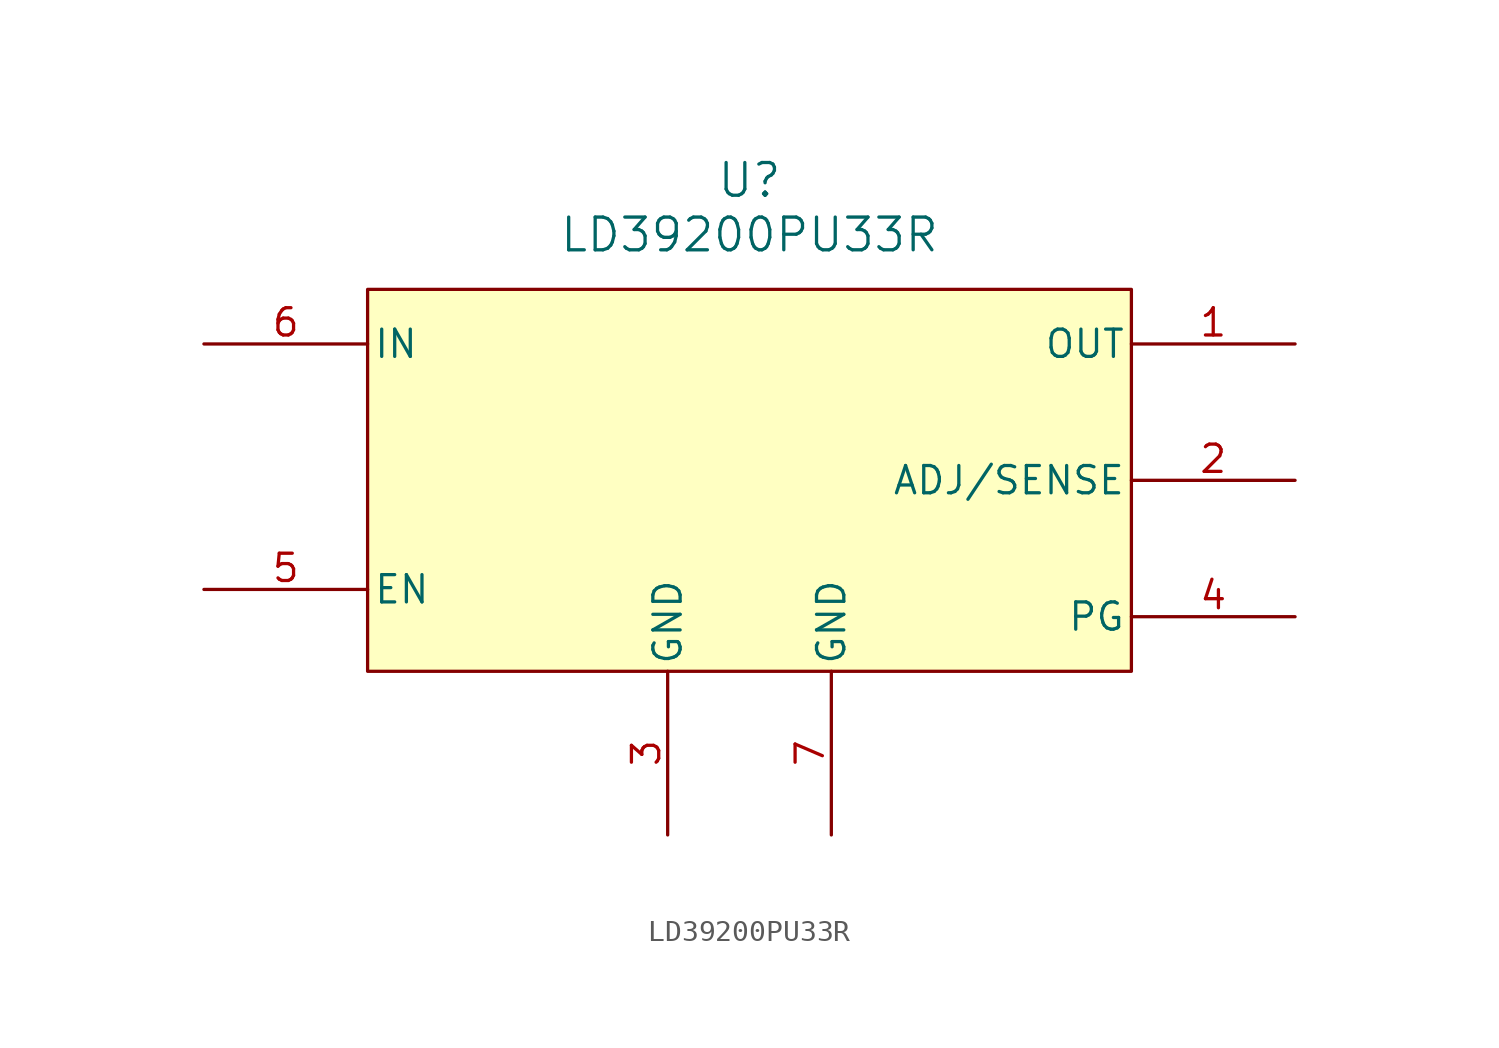
<source format=kicad_sym>
(kicad_symbol_lib
  (version 20231120)
  (generator "kicad_symbol_editor")
  (generator_version "8.0")
  (symbol "LD39200PU33R"
    (pin_names
      (offset 0.254))
    (property "Reference" "U"
      (at 25.4 10.16 0)
      (effects (font (size 1.524 1.524))))
    (property "Value" "LD39200PU33R"
      (at 25.4 7.62 0)
      (effects (font (size 1.524 1.524))))
    (property "ki_locked" ""
      (at 0 0 0)
      (effects (font (size 1.27 1.27))))
    (symbol "LD39200PU33R_0_1"
      (pin output line (at 50.8 2.54 180) (length 7.62) (name "OUT" (effects (font (size 1.27 1.27)))) (number "1" (effects (font (size 1.27 1.27)))))
      (pin power_out line (at 21.59 -20.32 90) (length 7.62) (name "GND" (effects (font (size 1.27 1.27)))) (number "3" (effects (font (size 1.27 1.27)))))
      (pin power_in line (at 0 2.54 0) (length 7.62) (name "IN" (effects (font (size 1.27 1.27)))) (number "6" (effects (font (size 1.27 1.27)))))
      (pin power_out line (at 29.21 -20.32 90) (length 7.62) (name "GND" (effects (font (size 1.27 1.27)))) (number "7" (effects (font (size 1.27 1.27))))))
    (symbol "LD39200PU33R_1_1"
      (rectangle (start 7.62 5.08) (end 43.18 -12.7) (stroke (width 0) (type default)) (fill (type background)))
      (pin input line (at 50.8 -3.81 180) (length 7.62) (name "ADJ/SENSE" (effects (font (size 1.27 1.27)))) (number "2" (effects (font (size 1.27 1.27)))))
      (pin output line (at 50.8 -10.16 180) (length 7.62) (name "PG" (effects (font (size 1.27 1.27)))) (number "4" (effects (font (size 1.27 1.27)))))
      (pin input line (at 0 -8.89 0) (length 7.62) (name "EN" (effects (font (size 1.27 1.27)))) (number "5" (effects (font (size 1.27 1.27))))))))
</source>
